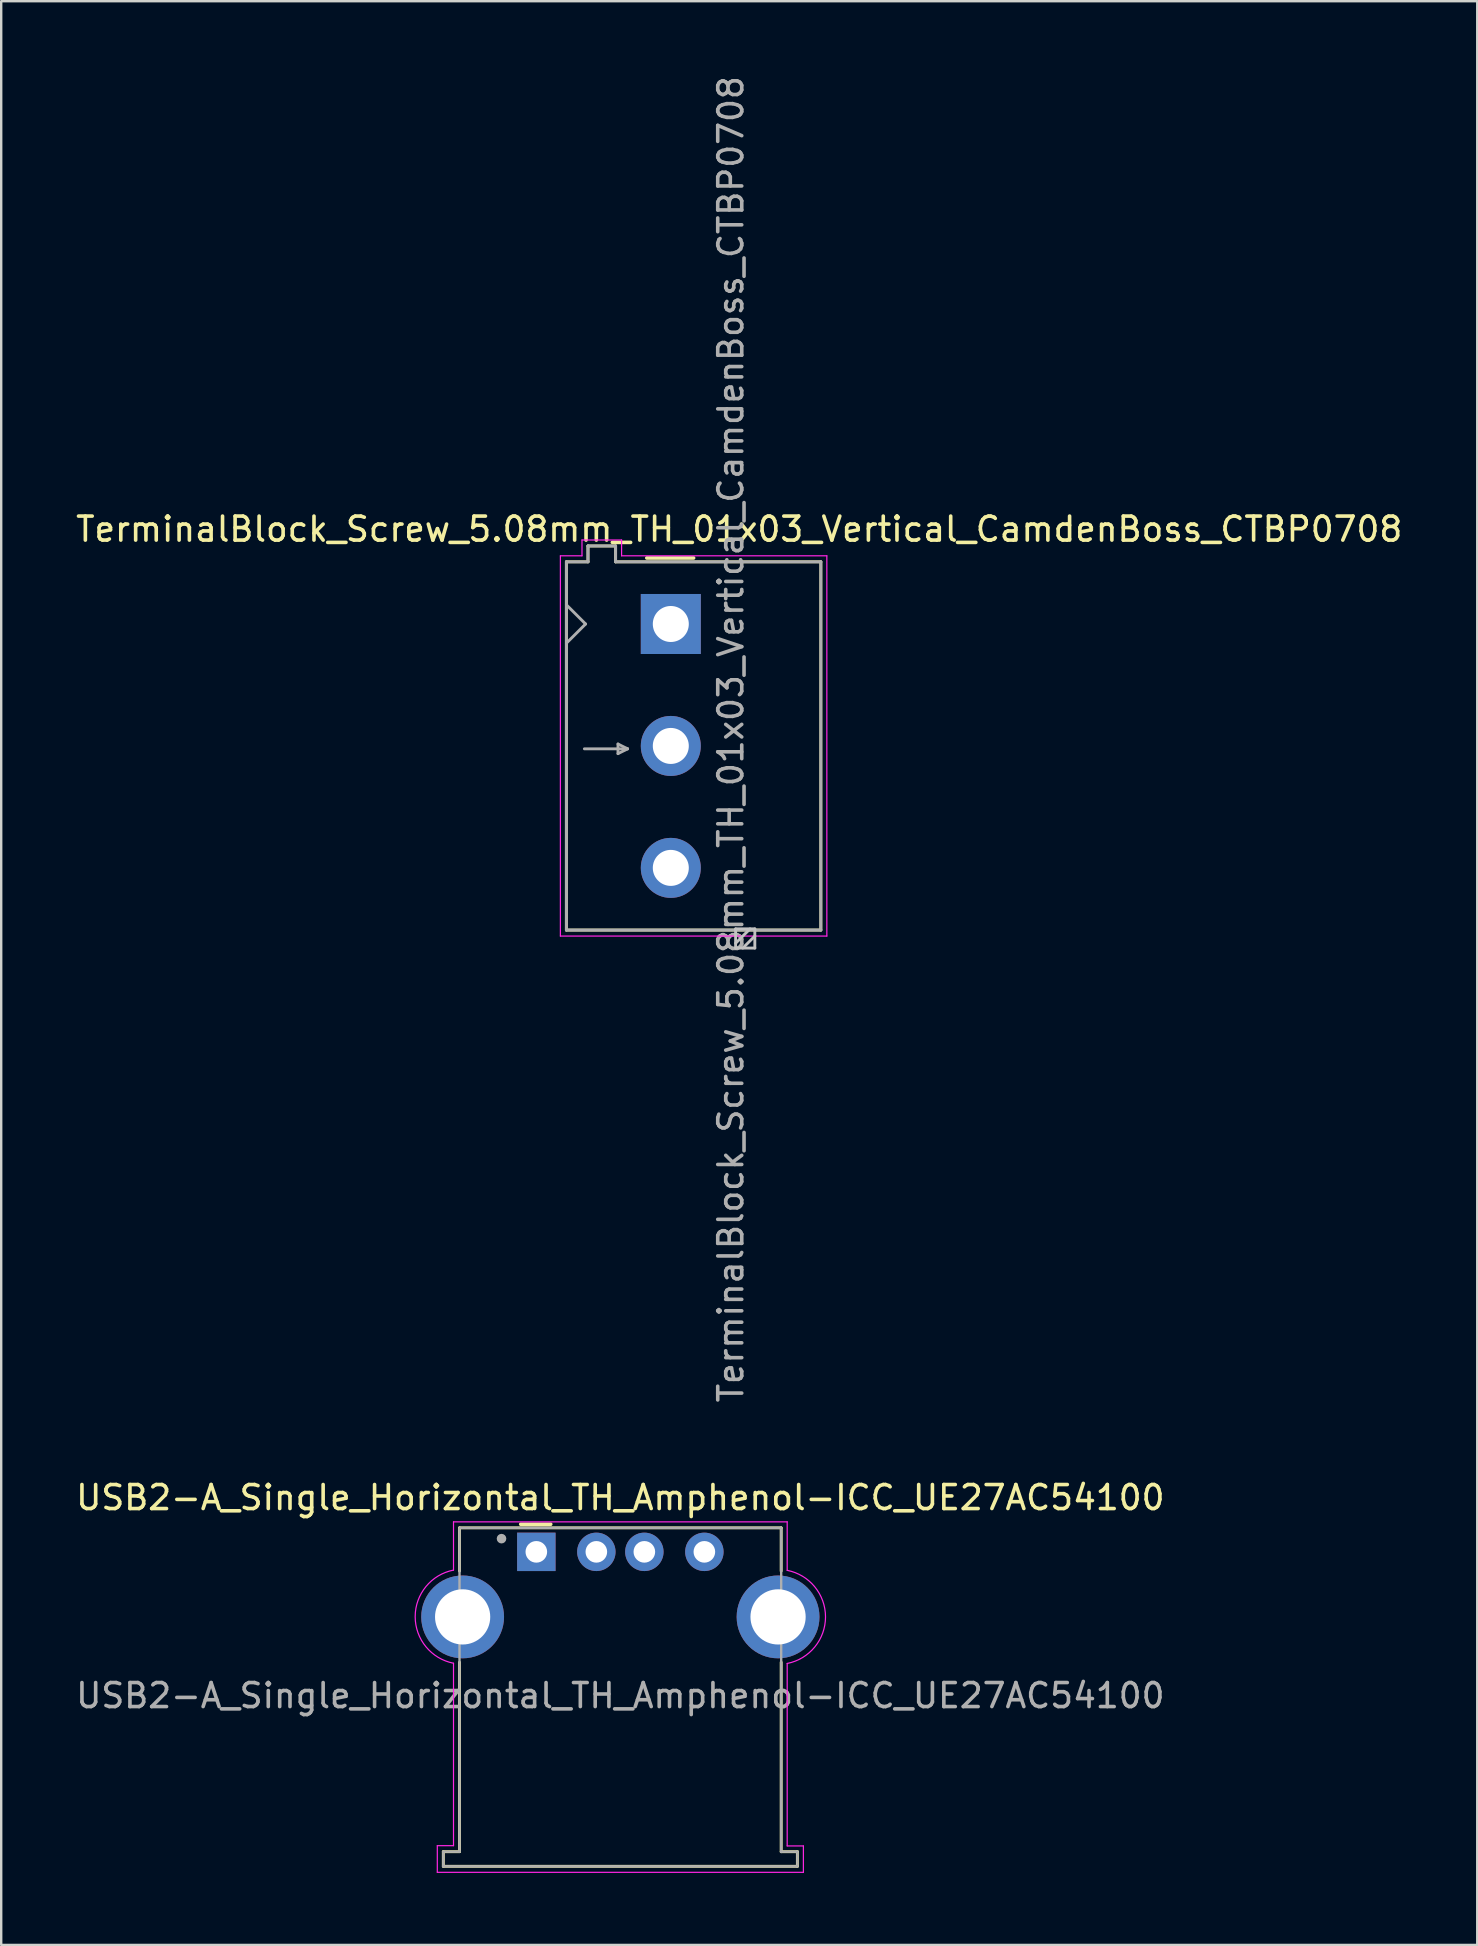
<source format=kicad_pcb>
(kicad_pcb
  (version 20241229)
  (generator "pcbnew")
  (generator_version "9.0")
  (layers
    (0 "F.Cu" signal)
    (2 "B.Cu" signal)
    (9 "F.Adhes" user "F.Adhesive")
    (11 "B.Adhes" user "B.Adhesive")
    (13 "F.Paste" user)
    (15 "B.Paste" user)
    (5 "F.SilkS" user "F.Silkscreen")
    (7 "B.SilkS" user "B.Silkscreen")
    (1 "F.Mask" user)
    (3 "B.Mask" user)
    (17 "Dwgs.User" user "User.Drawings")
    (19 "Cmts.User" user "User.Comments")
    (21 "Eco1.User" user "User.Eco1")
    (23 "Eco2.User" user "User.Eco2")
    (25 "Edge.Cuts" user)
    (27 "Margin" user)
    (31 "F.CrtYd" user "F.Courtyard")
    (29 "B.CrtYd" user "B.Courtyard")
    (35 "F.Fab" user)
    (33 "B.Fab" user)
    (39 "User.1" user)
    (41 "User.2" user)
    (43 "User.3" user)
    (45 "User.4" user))
  (footprint "USB2-A_Single_Horizontal_TH_Amphenol-ICC_UE27AC54100"
    (layer "F.Cu")
    (at 19.292 61.596)
    (property "Reference" "USB2-A_Single_Horizontal_TH_Amphenol-ICC_UE27AC54100" (at 3.5 -2.26 0) (unlocked yes) (layer "F.SilkS") (effects (font (size 1 1) (thickness 0.15))))
    (attr through_hole)
    (fp_line (start -3.875 12.49) (end -3.875 13.1) (stroke (width 0.12) (type solid)) (layer "F.SilkS"))
    (fp_line (start -3.875 13.1) (end 10.875 13.1) (stroke (width 0.12) (type solid)) (layer "F.SilkS"))
    (fp_line (start -3.2 -1) (end -3.2 0.8) (stroke (width 0.12) (type solid)) (layer "F.SilkS"))
    (fp_line (start -3.2 4.6) (end -3.2 12.49) (stroke (width 0.12) (type solid)) (layer "F.SilkS"))
    (fp_line (start -3.2 12.49) (end -3.875 12.49) (stroke (width 0.12) (type solid)) (layer "F.SilkS"))
    (fp_line (start -0.65 -1.15) (end 0.6 -1.15) (stroke (width 0.15) (type solid)) (layer "F.SilkS"))
    (fp_line (start 10.2 -1) (end -3.2 -1) (stroke (width 0.12) (type solid)) (layer "F.SilkS"))
    (fp_line (start 10.2 0.8) (end 10.2 -1) (stroke (width 0.12) (type solid)) (layer "F.SilkS"))
    (fp_line (start 10.2 12.49) (end 10.2 4.6) (stroke (width 0.12) (type solid)) (layer "F.SilkS"))
    (fp_line (start 10.875 12.49) (end 10.2 12.49) (stroke (width 0.12) (type solid)) (layer "F.SilkS"))
    (fp_line (start 10.875 13.1) (end 10.875 12.49) (stroke (width 0.12) (type solid)) (layer "F.SilkS"))
    (fp_line (start -4.125 12.24) (end -3.45 12.24) (stroke (width 0.05) (type solid)) (layer "F.CrtYd"))
    (fp_line (start -4.125 13.35) (end -4.125 12.24) (stroke (width 0.05) (type solid)) (layer "F.CrtYd"))
    (fp_line (start -4.125 13.35) (end 11.125 13.35) (stroke (width 0.05) (type solid)) (layer "F.CrtYd"))
    (fp_line (start -3.45 0.76) (end -3.45 -1.25) (stroke (width 0.05) (type solid)) (layer "F.CrtYd"))
    (fp_line (start -3.45 12.24) (end -3.45 4.64) (stroke (width 0.05) (type solid)) (layer "F.CrtYd"))
    (fp_line (start 10.45 -1.25) (end -3.45 -1.25) (stroke (width 0.05) (type solid)) (layer "F.CrtYd"))
    (fp_line (start 10.45 12.25) (end 10.45 4.65) (stroke (width 0.05) (type solid)) (layer "F.CrtYd"))
    (fp_line (start 10.45 0.77) (end 10.45 -1.25) (stroke (width 0.05) (type solid)) (layer "F.CrtYd"))
    (fp_line (start 11.125 12.25) (end 10.45 12.25) (stroke (width 0.05) (type solid)) (layer "F.CrtYd"))
    (fp_line (start 11.125 13.35) (end 11.125 12.25) (stroke (width 0.05) (type solid)) (layer "F.CrtYd"))
    (fp_arc (start -3.449999 4.639999) (mid -5.046865 2.700001) (end -3.450001 0.760001) (stroke (width 0.05) (type solid)) (layer "F.CrtYd"))
    (fp_arc (start 10.450001 0.770001) (mid 12.046865 2.710001) (end 10.449999 4.649999) (stroke (width 0.05) (type solid)) (layer "F.CrtYd"))
    (fp_line (start -3.875 12.49) (end -3.2 12.49) (stroke (width 0.1) (type solid)) (layer "F.Fab"))
    (fp_line (start -3.875 13.1) (end -3.875 12.49) (stroke (width 0.1) (type solid)) (layer "F.Fab"))
    (fp_line (start -3.875 13.1) (end 10.875 13.1) (stroke (width 0.1) (type solid)) (layer "F.Fab"))
    (fp_line (start -3.2 12.49) (end -3.2 -1) (stroke (width 0.1) (type solid)) (layer "F.Fab"))
    (fp_line (start -3.175 -1) (end 10.2 -1) (stroke (width 0.1) (type solid)) (layer "F.Fab"))
    (fp_line (start 10.2 12.49) (end 10.875 12.49) (stroke (width 0.1) (type solid)) (layer "F.Fab"))
    (fp_line (start 10.2 12.5) (end 10.2 -1) (stroke (width 0.1) (type solid)) (layer "F.Fab"))
    (fp_line (start 10.875 12.49) (end 10.875 13.1) (stroke (width 0.1) (type solid)) (layer "F.Fab"))
    (fp_circle (center -1.45 -0.55) (end -1.35 -0.55) (stroke (width 0.2) (type solid)) (fill no) (layer "F.Fab"))
    (fp_text user "${REFERENCE}" (at 3.5 5.99 0) (layer "F.Fab") (effects (font (size 1 1) (thickness 0.15))))
    (pad "1" thru_hole rect (at 0 0) (size 1.6 1.6) (drill 0.9) (layers "*.Cu" "*.Mask"))
    (pad "2" thru_hole circle (at 2.5 0) (size 1.6 1.6) (drill 0.9) (layers "*.Cu" "*.Mask"))
    (pad "3" thru_hole circle (at 4.5 0) (size 1.6 1.6) (drill 0.9) (layers "*.Cu" "*.Mask"))
    (pad "4" thru_hole circle (at 7 0) (size 1.6 1.6) (drill 0.9) (layers "*.Cu" "*.Mask"))
    (pad "SH" thru_hole circle (at -3.07 2.71) (size 3.45 3.45) (drill 2.3) (layers "*.Cu" "*.Mask"))
    (pad "SH" thru_hole circle (at 10.07 2.71) (size 3.45 3.45) (drill 2.3) (layers "*.Cu" "*.Mask")))
  (footprint "TerminalBlock_Screw_5.08mm_TH_01x03_Vertical_CamdenBoss_CTBP0708"
    (layer "F.Cu")
    (at 24.894 22.944)
    (property "Reference" "TerminalBlock_Screw_5.08mm_TH_01x03_Vertical_CamdenBoss_CTBP0708" (at 2.85 -3.95 0) (unlocked yes) (layer "F.SilkS") (effects (font (size 1 1) (thickness 0.15))))
    (attr through_hole)
    (fp_line (start -4.35 -2.59) (end -4.35 12.75) (stroke (width 0.12) (type solid)) (layer "F.SilkS"))
    (fp_line (start -4.35 12.75) (end 6.25 12.75) (stroke (width 0.12) (type solid)) (layer "F.SilkS"))
    (fp_line (start -3.45 -3.25) (end -3.45 -2.59) (stroke (width 0.12) (type solid)) (layer "F.SilkS"))
    (fp_line (start -3.45 -2.59) (end -4.35 -2.59) (stroke (width 0.12) (type solid)) (layer "F.SilkS"))
    (fp_line (start -2.3 -3.25) (end -3.45 -3.25) (stroke (width 0.12) (type solid)) (layer "F.SilkS"))
    (fp_line (start -2.3 -2.59) (end -2.3 -3.25) (stroke (width 0.12) (type solid)) (layer "F.SilkS"))
    (fp_line (start -1 -2.75) (end 0.95 -2.75) (stroke (width 0.15) (type solid)) (layer "F.SilkS"))
    (fp_line (start 6.25 -2.59) (end -2.3 -2.59) (stroke (width 0.12) (type solid)) (layer "F.SilkS"))
    (fp_line (start 6.25 12.75) (end 6.25 -2.59) (stroke (width 0.12) (type solid)) (layer "F.SilkS"))
    (fp_line (start 2.7 12.7) (end 2.7 13.5) (stroke (width 0.12) (type solid)) (layer "Dwgs.User"))
    (fp_line (start 2.7 13.3) (end 3.3 12.7) (stroke (width 0.12) (type solid)) (layer "Dwgs.User"))
    (fp_line (start 2.7 13.5) (end 3.5 13.5) (stroke (width 0.12) (type solid)) (layer "Dwgs.User"))
    (fp_line (start 3 13.5) (end 3.5 13) (stroke (width 0.12) (type solid)) (layer "Dwgs.User"))
    (fp_line (start 3.5 12.7) (end 2.7 12.7) (stroke (width 0.12) (type solid)) (layer "Dwgs.User"))
    (fp_line (start 3.5 13.5) (end 3.5 12.7) (stroke (width 0.12) (type solid)) (layer "Dwgs.User"))
    (fp_line (start -4.6 -2.84) (end -3.7 -2.84) (stroke (width 0.05) (type solid)) (layer "F.CrtYd"))
    (fp_line (start -4.6 13) (end -4.6 -2.84) (stroke (width 0.05) (type solid)) (layer "F.CrtYd"))
    (fp_line (start -3.7 -3.5) (end -3.7 -2.84) (stroke (width 0.05) (type solid)) (layer "F.CrtYd"))
    (fp_line (start -2.05 -3.5) (end -3.7 -3.5) (stroke (width 0.05) (type solid)) (layer "F.CrtYd"))
    (fp_line (start -2.05 -2.84) (end -2.05 -3.5) (stroke (width 0.05) (type solid)) (layer "F.CrtYd"))
    (fp_line (start -2.05 -2.84) (end 6.5 -2.84) (stroke (width 0.05) (type solid)) (layer "F.CrtYd"))
    (fp_line (start 6.5 -2.84) (end 6.5 13) (stroke (width 0.05) (type solid)) (layer "F.CrtYd"))
    (fp_line (start 6.5 13) (end -4.6 13) (stroke (width 0.05) (type solid)) (layer "F.CrtYd"))
    (fp_line (start -4.35 -2.59) (end -4.35 12.75) (stroke (width 0.12) (type solid)) (layer "F.Fab"))
    (fp_line (start -4.35 0.8) (end -3.55 0) (stroke (width 0.12) (type solid)) (layer "F.Fab"))
    (fp_line (start -4.35 12.75) (end 6.25 12.75) (stroke (width 0.12) (type solid)) (layer "F.Fab"))
    (fp_line (start -3.6 5.2) (end -1.8 5.2) (stroke (width 0.12) (type solid)) (layer "F.Fab"))
    (fp_line (start -3.55 0) (end -4.35 -0.8) (stroke (width 0.12) (type solid)) (layer "F.Fab"))
    (fp_line (start -3.45 -3.25) (end -3.45 -2.59) (stroke (width 0.12) (type solid)) (layer "F.Fab"))
    (fp_line (start -3.45 -2.59) (end -4.35 -2.59) (stroke (width 0.12) (type solid)) (layer "F.Fab"))
    (fp_line (start -2.3 -3.25) (end -3.45 -3.25) (stroke (width 0.12) (type solid)) (layer "F.Fab"))
    (fp_line (start -2.3 -2.59) (end -2.3 -3.25) (stroke (width 0.12) (type solid)) (layer "F.Fab"))
    (fp_line (start -2.2 5) (end -2.2 5.4) (stroke (width 0.12) (type solid)) (layer "F.Fab"))
    (fp_line (start -2.2 5.4) (end -1.8 5.2) (stroke (width 0.12) (type solid)) (layer "F.Fab"))
    (fp_line (start -1.8 5.2) (end -2.2 5) (stroke (width 0.12) (type solid)) (layer "F.Fab"))
    (fp_line (start 6.25 -2.59) (end -2.3 -2.59) (stroke (width 0.12) (type solid)) (layer "F.Fab"))
    (fp_line (start 6.25 12.75) (end 6.25 -2.59) (stroke (width 0.12) (type solid)) (layer "F.Fab"))
    (fp_text user "${REFERENCE}" (at 2.5 4.8 270) (layer "F.Fab") (effects (font (size 1 1) (thickness 0.15))))
    (pad "1" thru_hole rect (at 0 0 270) (size 2.5 2.5) (drill 1.5) (layers "*.Cu" "*.Mask"))
    (pad "2" thru_hole circle (at 0 5.08 270) (size 2.5 2.5) (drill 1.5) (layers "*.Cu" "*.Mask"))
    (pad "3" thru_hole circle (at 0 10.16 270) (size 2.5 2.5) (drill 1.5) (layers "*.Cu" "*.Mask")))
  (gr_rect
    (start -3 -3)
    (end 58.488 77.971)
    (stroke (width 0.1) (type default))
    (fill no)
    (layer "Edge.Cuts")))
</source>
